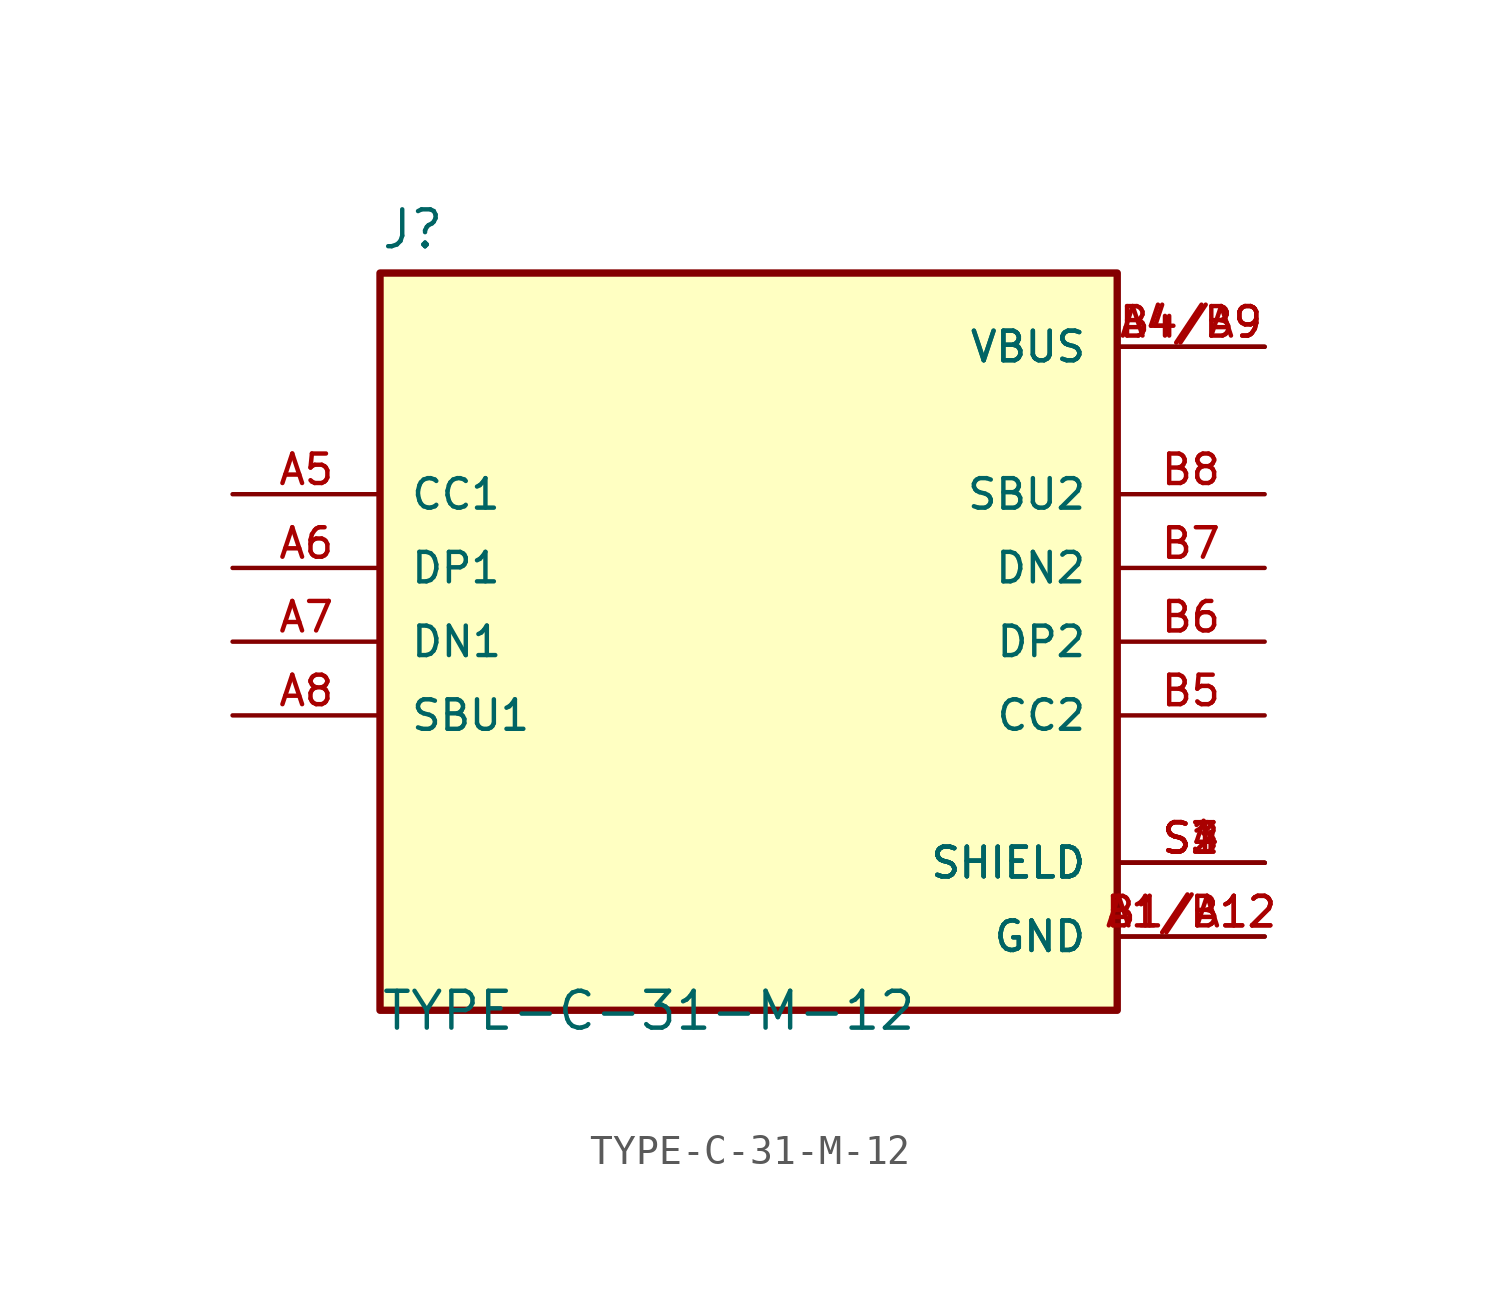
<source format=kicad_sym>
(kicad_symbol_lib
  (version 20211014)
  (generator kicad_symbol_editor)
  (symbol "TYPE-C-31-M-12"
    (pin_names
      (offset 1.016))
    (property "Reference" "J"
      (at -12.7 13.462 0)
      (effects (font (size 1.27 1.27)) (justify left bottom)))
    (property "Value" "TYPE-C-31-M-12"
      (at -12.7 -13.462 0)
      (effects (font (size 1.27 1.27)) (justify left bottom)))
    (property "ki_locked" ""
      (at 0 0 0)
      (effects (font (size 1.27 1.27))))
    (symbol "TYPE-C-31-M-12_0_0"
      (rectangle (start -12.7 -12.7) (end 12.7 12.7) (stroke (width 0.254) (type default) (color 0 0 0 0)) (fill (type background)))
      (pin power_in line (at 17.78 -10.16 180) (length 5.08) (name "GND" (effects (font (size 1.016 1.016)))) (number "A1/B12" (effects (font (size 1.016 1.016)))))
      (pin power_in line (at 17.78 10.16 180) (length 5.08) (name "VBUS" (effects (font (size 1.016 1.016)))) (number "A4/B9" (effects (font (size 1.016 1.016)))))
      (pin bidirectional line (at -17.78 5.08 0) (length 5.08) (name "CC1" (effects (font (size 1.016 1.016)))) (number "A5" (effects (font (size 1.016 1.016)))))
      (pin bidirectional line (at -17.78 2.54 0) (length 5.08) (name "DP1" (effects (font (size 1.016 1.016)))) (number "A6" (effects (font (size 1.016 1.016)))))
      (pin bidirectional line (at -17.78 0 0) (length 5.08) (name "DN1" (effects (font (size 1.016 1.016)))) (number "A7" (effects (font (size 1.016 1.016)))))
      (pin bidirectional line (at -17.78 -2.54 0) (length 5.08) (name "SBU1" (effects (font (size 1.016 1.016)))) (number "A8" (effects (font (size 1.016 1.016)))))
      (pin power_in line (at 17.78 -10.16 180) (length 5.08) (name "GND" (effects (font (size 1.016 1.016)))) (number "B1/A12" (effects (font (size 1.016 1.016)))))
      (pin power_in line (at 17.78 10.16 180) (length 5.08) (name "VBUS" (effects (font (size 1.016 1.016)))) (number "B4/A9" (effects (font (size 1.016 1.016)))))
      (pin bidirectional line (at 17.78 -2.54 180) (length 5.08) (name "CC2" (effects (font (size 1.016 1.016)))) (number "B5" (effects (font (size 1.016 1.016)))))
      (pin bidirectional line (at 17.78 0 180) (length 5.08) (name "DP2" (effects (font (size 1.016 1.016)))) (number "B6" (effects (font (size 1.016 1.016)))))
      (pin bidirectional line (at 17.78 2.54 180) (length 5.08) (name "DN2" (effects (font (size 1.016 1.016)))) (number "B7" (effects (font (size 1.016 1.016)))))
      (pin bidirectional line (at 17.78 5.08 180) (length 5.08) (name "SBU2" (effects (font (size 1.016 1.016)))) (number "B8" (effects (font (size 1.016 1.016)))))
      (pin passive line (at 17.78 -7.62 180) (length 5.08) (name "SHIELD" (effects (font (size 1.016 1.016)))) (number "S1" (effects (font (size 1.016 1.016)))))
      (pin passive line (at 17.78 -7.62 180) (length 5.08) (name "SHIELD" (effects (font (size 1.016 1.016)))) (number "S2" (effects (font (size 1.016 1.016)))))
      (pin passive line (at 17.78 -7.62 180) (length 5.08) (name "SHIELD" (effects (font (size 1.016 1.016)))) (number "S3" (effects (font (size 1.016 1.016)))))
      (pin passive line (at 17.78 -7.62 180) (length 5.08) (name "SHIELD" (effects (font (size 1.016 1.016)))) (number "S4" (effects (font (size 1.016 1.016))))))))
</source>
